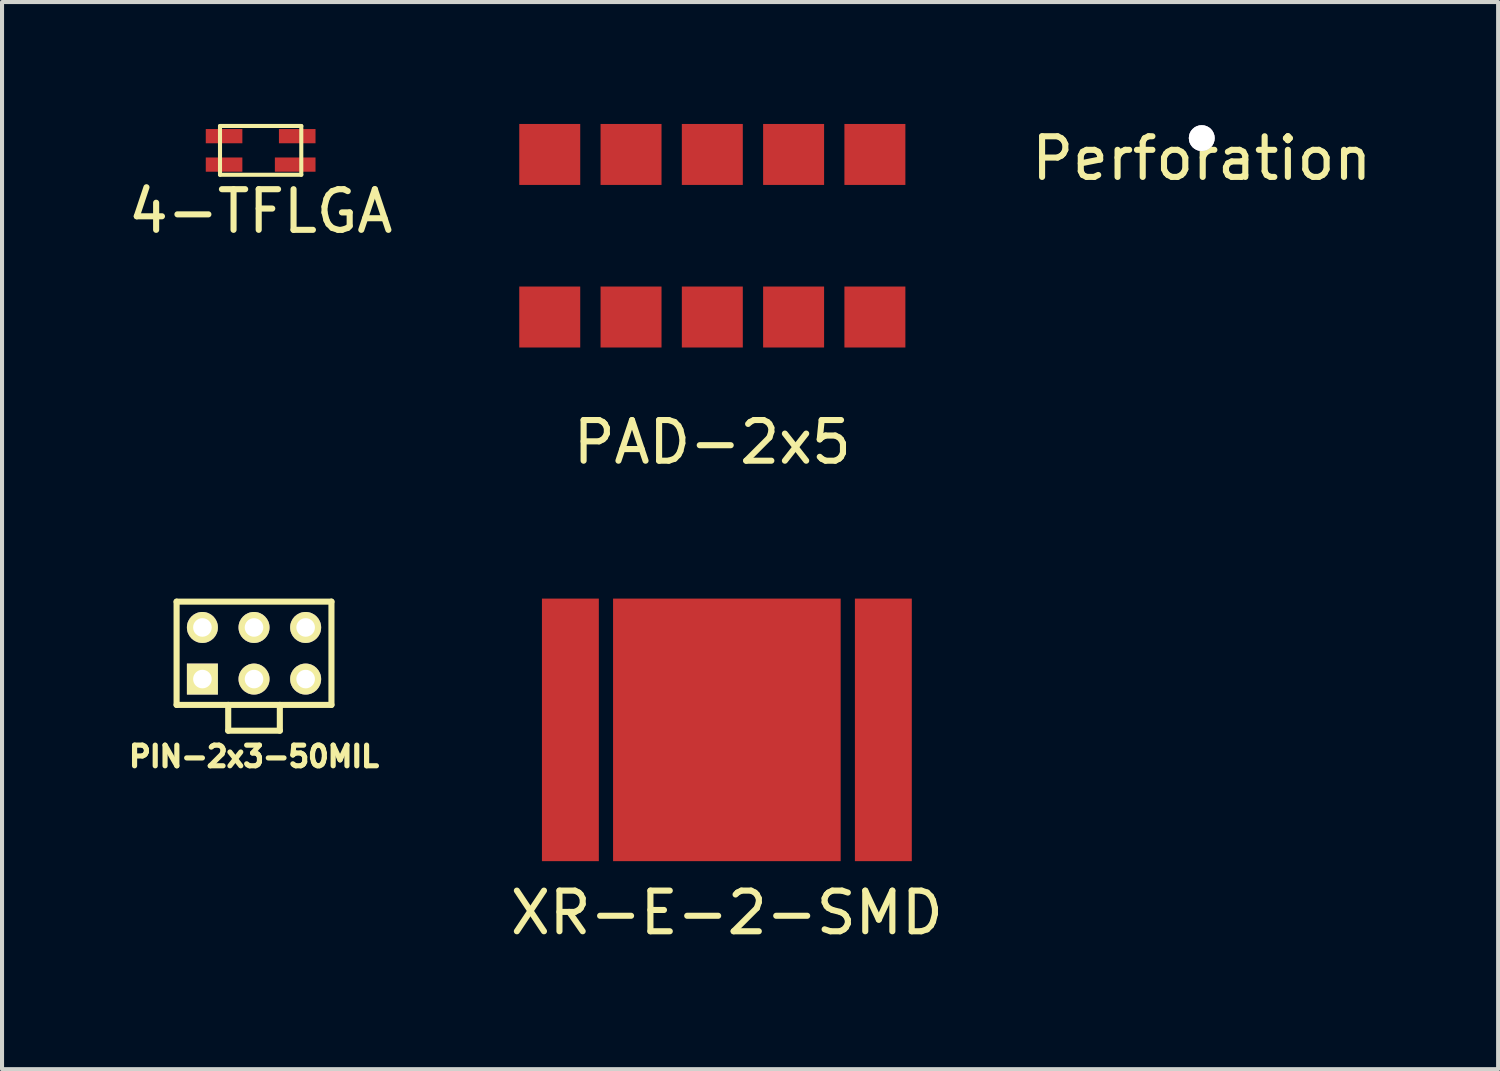
<source format=kicad_pcb>
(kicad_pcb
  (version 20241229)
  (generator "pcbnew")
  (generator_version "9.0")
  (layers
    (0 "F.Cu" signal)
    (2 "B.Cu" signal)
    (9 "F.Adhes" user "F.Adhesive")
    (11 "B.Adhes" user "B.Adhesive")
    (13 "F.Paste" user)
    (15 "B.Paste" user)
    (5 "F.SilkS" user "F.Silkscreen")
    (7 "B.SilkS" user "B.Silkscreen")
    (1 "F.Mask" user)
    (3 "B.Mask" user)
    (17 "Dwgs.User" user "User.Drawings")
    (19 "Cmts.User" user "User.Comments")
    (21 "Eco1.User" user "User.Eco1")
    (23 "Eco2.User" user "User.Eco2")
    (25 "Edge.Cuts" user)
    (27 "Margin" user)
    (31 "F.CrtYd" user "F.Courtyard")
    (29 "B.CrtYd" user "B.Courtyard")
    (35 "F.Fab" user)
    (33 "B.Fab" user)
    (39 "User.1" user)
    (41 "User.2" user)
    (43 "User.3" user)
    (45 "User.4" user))
  (footprint "PIN-2x3-50MIL"
    (layer "F.Cu")
    (at 3.2 13.023)
    (property "Reference" "PIN-2x3-50MIL" (at 0 2.54 0) (layer "F.SilkS") (effects (font (size 0.508 0.508) (thickness 0.127))))
    (attr through_hole)
    (fp_line (start -1.905 -1.27) (end 1.905 -1.27) (stroke (width 0.15) (type solid)) (layer "F.SilkS"))
    (fp_line (start -1.905 1.27) (end -1.905 -1.27) (stroke (width 0.15) (type solid)) (layer "F.SilkS"))
    (fp_line (start -0.635 1.27) (end -0.635 1.905) (stroke (width 0.15) (type solid)) (layer "F.SilkS"))
    (fp_line (start -0.635 1.905) (end 0.635 1.905) (stroke (width 0.15) (type solid)) (layer "F.SilkS"))
    (fp_line (start 0.635 1.905) (end 0.635 1.27) (stroke (width 0.15) (type solid)) (layer "F.SilkS"))
    (fp_line (start 1.905 -1.27) (end 1.905 1.27) (stroke (width 0.15) (type solid)) (layer "F.SilkS"))
    (fp_line (start 1.905 1.27) (end -1.905 1.27) (stroke (width 0.15) (type solid)) (layer "F.SilkS"))
    (pad "1" thru_hole rect (at -1.27 0.635) (size 0.762 0.762) (drill 0.457) (layers "*.Cu" "*.Mask" "F.SilkS"))
    (pad "2" thru_hole circle (at -1.27 -0.635) (size 0.762 0.762) (drill 0.457) (layers "*.Cu" "*.Mask" "F.SilkS"))
    (pad "3" thru_hole circle (at 0 0.635) (size 0.762 0.762) (drill 0.457) (layers "*.Cu" "*.Mask" "F.SilkS"))
    (pad "4" thru_hole circle (at 0 -0.635) (size 0.762 0.762) (drill 0.457) (layers "*.Cu" "*.Mask" "F.SilkS"))
    (pad "5" thru_hole circle (at 1.27 0.635) (size 0.762 0.762) (drill 0.457) (layers "*.Cu" "*.Mask" "F.SilkS"))
    (pad "6" thru_hole circle (at 1.27 -0.635) (size 0.762 0.762) (drill 0.457) (layers "*.Cu" "*.Mask" "F.SilkS")))
  (footprint "Perforation"
    (layer "F.Cu")
    (at 26.518 0.348)
    (property "Reference" "Perforation" (at 0 0.5 0) (layer "F.SilkS") (effects (font (size 1 1) (thickness 0.15))))
    (attr through_hole)
    (pad "" thru_hole circle (at 0 0) (size 0.635 0.635) (drill 0.635) (layers "F.Cu" "Dwgs.User")))
  (footprint "4-TFLGA"
    (layer "F.Cu")
    (at 3.363 0.65)
    (property "Reference" "4-TFLGA" (at 0 1.5 0) (layer "F.SilkS") (effects (font (size 1 1) (thickness 0.15))))
    (attr through_hole)
    (fp_line (start -1 -0.6) (end -1 0.6) (stroke (width 0.1) (type solid)) (layer "F.SilkS"))
    (fp_line (start -1 0.6) (end 1 0.6) (stroke (width 0.1) (type solid)) (layer "F.SilkS"))
    (fp_line (start 1 -0.6) (end -1 -0.6) (stroke (width 0.1) (type solid)) (layer "F.SilkS"))
    (fp_line (start 1 0.6) (end 1 -0.6) (stroke (width 0.1) (type solid)) (layer "F.SilkS"))
    (pad "1" smd rect (at -0.9 -0.35) (size 0.9 0.35) (layers "F.Cu" "F.Mask" "F.Paste"))
    (pad "2" smd rect (at -0.9 0.35) (size 0.9 0.35) (layers "F.Cu" "F.Mask" "F.Paste"))
    (pad "3" smd rect (at 0.85 0.35) (size 1 0.35) (layers "F.Cu" "F.Mask" "F.Paste"))
    (pad "4" smd rect (at 0.9 -0.35) (size 0.9 0.35) (layers "F.Cu" "F.Mask" "F.Paste")))
  (footprint "XR-E-2-SMD"
    (layer "F.Cu")
    (at 14.834 14.908)
    (property "Reference" "XR-E-2-SMD" (at 0 4.5 0) (layer "F.SilkS") (effects (font (size 1 1) (thickness 0.15))))
    (attr through_hole)
    (pad "A" smd rect (at -3.85 0) (size 1.4 6.46) (layers "F.Cu" "F.Mask" "F.Paste"))
    (pad "C" smd rect (at 3.85 0) (size 1.4 6.46) (layers "F.Cu" "F.Mask" "F.Paste"))
    (pad "T" smd rect (at 0 0) (size 5.6 6.46) (layers "F.Cu" "F.Mask" "F.Paste")))
  (footprint "PAD-2x5"
    (layer "F.Cu")
    (at 14.476 2.75)
    (property "Reference" "PAD-2x5" (at 0 5.08 0) (layer "F.SilkS") (effects (font (size 1 1) (thickness 0.15))))
    (attr through_hole)
    (pad "1" smd rect (at -4 -2) (size 1.5 1.5) (layers "F.Cu" "F.Mask"))
    (pad "2" smd rect (at -4 2) (size 1.5 1.5) (layers "F.Cu" "F.Mask"))
    (pad "3" smd rect (at -2 -2) (size 1.5 1.5) (layers "F.Cu" "F.Mask"))
    (pad "4" smd rect (at -2 2) (size 1.5 1.5) (layers "F.Cu" "F.Mask"))
    (pad "5" smd rect (at 0 -2) (size 1.5 1.5) (layers "F.Cu" "F.Mask"))
    (pad "6" smd rect (at 0 2) (size 1.5 1.5) (layers "F.Cu" "F.Mask"))
    (pad "7" smd rect (at 2 -2) (size 1.5 1.5) (layers "F.Cu" "F.Mask"))
    (pad "8" smd rect (at 2 2) (size 1.5 1.5) (layers "F.Cu" "F.Mask"))
    (pad "9" smd rect (at 4 -2) (size 1.5 1.5) (layers "F.Cu" "F.Mask"))
    (pad "10" smd rect (at 4 2) (size 1.5 1.5) (layers "F.Cu" "F.Mask")))
  (gr_rect
    (start -3 -3)
    (end 33.81 23.256)
    (stroke (width 0.1) (type default))
    (fill no)
    (layer "Edge.Cuts")))
</source>
